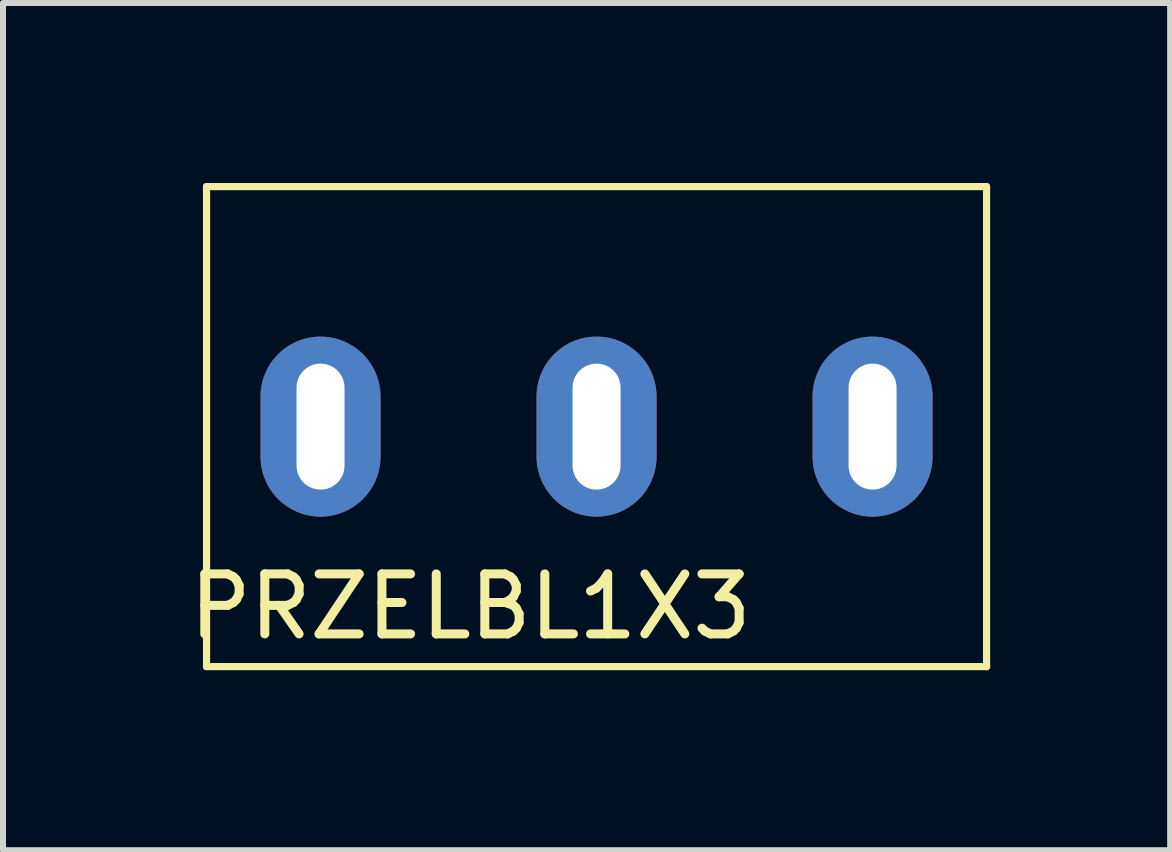
<source format=kicad_pcb>
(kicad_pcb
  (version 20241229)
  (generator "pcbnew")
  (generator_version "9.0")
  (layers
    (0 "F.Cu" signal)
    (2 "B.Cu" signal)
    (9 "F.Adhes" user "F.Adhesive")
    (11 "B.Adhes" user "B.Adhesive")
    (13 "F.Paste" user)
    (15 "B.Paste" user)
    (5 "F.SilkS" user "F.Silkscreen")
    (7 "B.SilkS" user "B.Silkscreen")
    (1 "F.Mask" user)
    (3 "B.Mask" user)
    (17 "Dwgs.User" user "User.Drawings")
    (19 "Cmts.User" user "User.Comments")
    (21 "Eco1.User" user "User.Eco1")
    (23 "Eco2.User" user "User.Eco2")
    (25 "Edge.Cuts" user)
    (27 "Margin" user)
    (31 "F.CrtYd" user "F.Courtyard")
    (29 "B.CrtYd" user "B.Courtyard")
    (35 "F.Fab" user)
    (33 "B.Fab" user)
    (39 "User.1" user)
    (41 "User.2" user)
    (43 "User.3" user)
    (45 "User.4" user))
  (footprint "PRZELBL1X3"
    (layer "F.Cu")
    (at 6.892 4.06)
    (property "Reference" "PRZELBL1X3" (at -2.1 3 0) (layer "F.SilkS") (effects (font (size 1 1) (thickness 0.15))))
    (attr through_hole)
    (fp_line (start -6.5 -4) (end -6.5 4) (stroke (width 0.12) (type solid)) (layer "F.SilkS"))
    (fp_line (start -6.5 -4) (end 6.5 -4) (stroke (width 0.12) (type solid)) (layer "F.SilkS"))
    (fp_line (start -6.5 4) (end 6.5 4) (stroke (width 0.12) (type solid)) (layer "F.SilkS"))
    (fp_line (start 6.5 -4) (end 6.5 4) (stroke (width 0.12) (type solid)) (layer "F.SilkS"))
    (pad "1" thru_hole oval (at -4.6 0 90) (size 3 2) (drill oval 2.1 0.8) (layers "*.Cu" "*.Mask"))
    (pad "2" thru_hole oval (at 0 0 90) (size 3 2) (drill oval 2.1 0.8) (layers "*.Cu" "*.Mask"))
    (pad "3" thru_hole oval (at 4.6 0 90) (size 3 2) (drill oval 2.1 0.8) (layers "*.Cu" "*.Mask")))
  (gr_rect
    (start -3 -3)
    (end 16.452 11.12)
    (stroke (width 0.1) (type default))
    (fill no)
    (layer "Edge.Cuts")))
</source>
